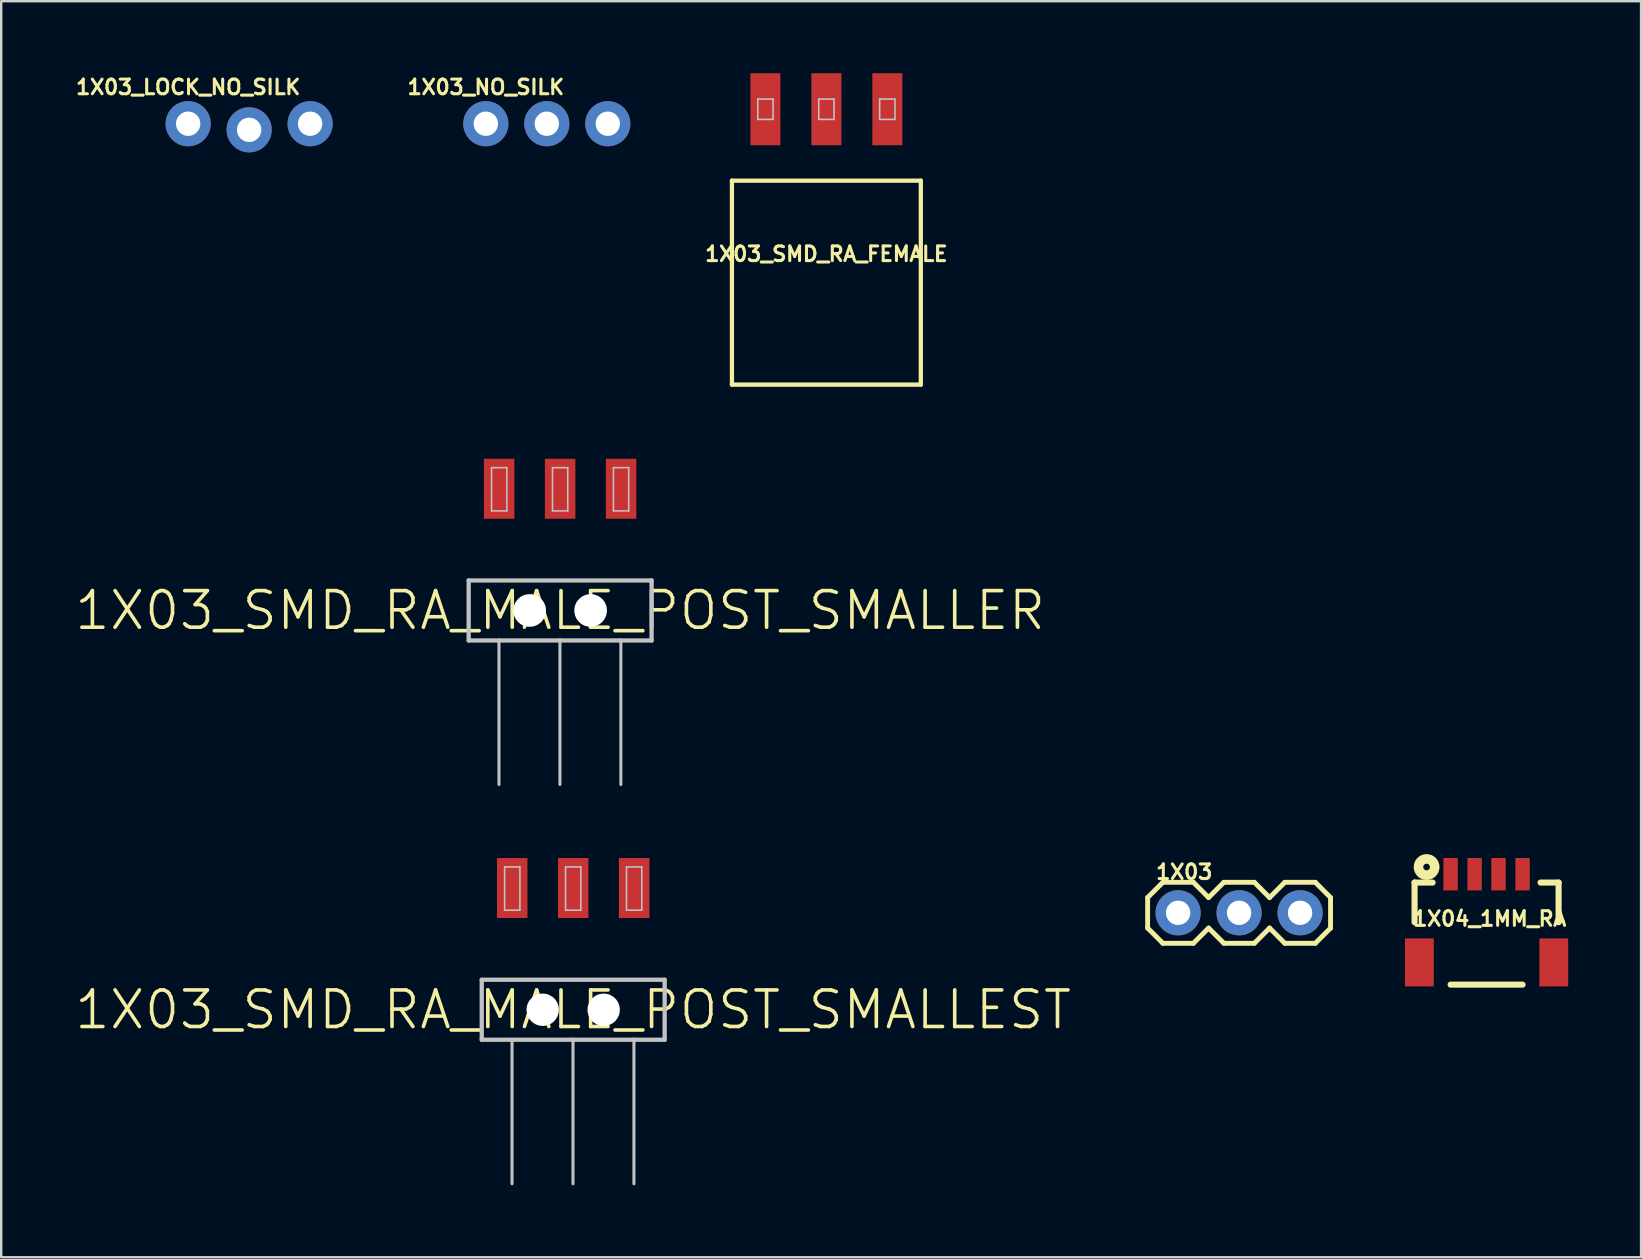
<source format=kicad_pcb>
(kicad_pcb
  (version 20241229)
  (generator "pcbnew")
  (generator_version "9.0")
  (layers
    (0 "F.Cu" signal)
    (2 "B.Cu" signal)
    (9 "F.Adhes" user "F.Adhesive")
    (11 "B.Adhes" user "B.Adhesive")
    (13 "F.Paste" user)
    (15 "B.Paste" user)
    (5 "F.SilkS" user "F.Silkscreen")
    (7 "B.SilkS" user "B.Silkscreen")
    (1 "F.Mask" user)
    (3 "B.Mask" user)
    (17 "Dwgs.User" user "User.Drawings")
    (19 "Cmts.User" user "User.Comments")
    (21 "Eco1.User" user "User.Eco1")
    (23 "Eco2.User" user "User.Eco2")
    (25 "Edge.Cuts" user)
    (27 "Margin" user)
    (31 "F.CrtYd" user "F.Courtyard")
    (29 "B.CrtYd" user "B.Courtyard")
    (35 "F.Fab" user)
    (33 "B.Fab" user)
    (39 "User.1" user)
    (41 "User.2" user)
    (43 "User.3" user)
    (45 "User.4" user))
  (footprint "1X03_NO_SILK"
    (layer "F.Cu")
    (at 17.189 2.104)
    (property "Reference" "1X03_NO_SILK" (at 0 -1.524 0) (layer "F.SilkS") (effects (font (size 0.61 0.61) (thickness 0.127))))
    (attr exclude_from_pos_files exclude_from_bom)
    (pad "1" thru_hole circle (at 0 0) (size 1.88 1.88) (drill 1.016) (layers "*.Cu" "*.Paste" "*.Mask"))
    (pad "2" thru_hole circle (at 2.54 0) (size 1.88 1.88) (drill 1.016) (layers "*.Cu" "*.Paste" "*.Mask"))
    (pad "3" thru_hole circle (at 5.08 0) (size 1.88 1.88) (drill 1.016) (layers "*.Cu" "*.Paste" "*.Mask")))
  (footprint "1X03_SMD_RA_MALE_POST_SMALLEST"
    (layer "F.Cu")
    (at 20.828 39.014)
    (property "Reference" "1X03_SMD_RA_MALE_POST_SMALLEST" (at 0 0 0) (layer "F.SilkS") (effects (font (size 1.524 1.524) (thickness 0.15))))
    (attr smd)
    (fp_line (start -3.81 -1.25) (end -3.81 1.25) (stroke (width 0.178) (type solid)) (layer "Dwgs.User"))
    (fp_line (start -2.857 -5.949) (end -2.22 -5.949) (stroke (width 0.066) (type solid)) (layer "Dwgs.User"))
    (fp_line (start -2.857 -4.148) (end -2.857 -5.949) (stroke (width 0.066) (type solid)) (layer "Dwgs.User"))
    (fp_line (start -2.857 -4.148) (end -2.22 -4.148) (stroke (width 0.066) (type solid)) (layer "Dwgs.User"))
    (fp_line (start -2.548 1.25) (end -3.81 1.25) (stroke (width 0.178) (type solid)) (layer "Dwgs.User"))
    (fp_line (start -2.548 1.25) (end -2.548 7.249) (stroke (width 0.127) (type solid)) (layer "Dwgs.User"))
    (fp_line (start -2.22 -4.148) (end -2.22 -5.949) (stroke (width 0.066) (type solid)) (layer "Dwgs.User"))
    (fp_line (start -0.318 -5.949) (end 0.318 -5.949) (stroke (width 0.066) (type solid)) (layer "Dwgs.User"))
    (fp_line (start -0.318 -4.148) (end -0.318 -5.949) (stroke (width 0.066) (type solid)) (layer "Dwgs.User"))
    (fp_line (start -0.318 -4.148) (end 0.318 -4.148) (stroke (width 0.066) (type solid)) (layer "Dwgs.User"))
    (fp_line (start -0.008 1.25) (end -2.548 1.25) (stroke (width 0.178) (type solid)) (layer "Dwgs.User"))
    (fp_line (start -0.008 1.25) (end -0.008 7.249) (stroke (width 0.127) (type solid)) (layer "Dwgs.User"))
    (fp_line (start 0.318 -4.148) (end 0.318 -5.949) (stroke (width 0.066) (type solid)) (layer "Dwgs.User"))
    (fp_line (start 2.22 -5.949) (end 2.857 -5.949) (stroke (width 0.066) (type solid)) (layer "Dwgs.User"))
    (fp_line (start 2.22 -4.148) (end 2.22 -5.949) (stroke (width 0.066) (type solid)) (layer "Dwgs.User"))
    (fp_line (start 2.22 -4.148) (end 2.857 -4.148) (stroke (width 0.066) (type solid)) (layer "Dwgs.User"))
    (fp_line (start 2.53 1.25) (end -0.008 1.25) (stroke (width 0.178) (type solid)) (layer "Dwgs.User"))
    (fp_line (start 2.53 1.25) (end 2.53 7.249) (stroke (width 0.127) (type solid)) (layer "Dwgs.User"))
    (fp_line (start 2.857 -4.148) (end 2.857 -5.949) (stroke (width 0.066) (type solid)) (layer "Dwgs.User"))
    (fp_line (start 3.81 -1.25) (end -3.81 -1.25) (stroke (width 0.178) (type solid)) (layer "Dwgs.User"))
    (fp_line (start 3.81 1.25) (end 2.53 1.25) (stroke (width 0.178) (type solid)) (layer "Dwgs.User"))
    (fp_line (start 3.81 1.25) (end 3.81 -1.25) (stroke (width 0.178) (type solid)) (layer "Dwgs.User"))
    (pad "" np_thru_hole circle (at -1.27 0) (size 1.346 1.346) (drill 1.346) (layers "*.Cu" "*.Mask"))
    (pad "" np_thru_hole circle (at 1.27 0) (size 1.346 1.346) (drill 1.346) (layers "*.Cu" "*.Mask"))
    (pad "1" smd rect (at -2.54 -5.07 90) (size 2.499 1.27) (layers "F.Cu" "F.Mask" "F.Paste"))
    (pad "2" smd rect (at 0 -5.07 90) (size 2.499 1.27) (layers "F.Cu" "F.Mask" "F.Paste"))
    (pad "3" smd rect (at 2.54 -5.07 90) (size 2.499 1.27) (layers "F.Cu" "F.Mask" "F.Paste")))
  (footprint "1X04_1MM_RA"
    (layer "F.Cu")
    (at 58.878 33.368)
    (property "Reference" "1X04_1MM_RA" (at 0.127 1.854 0) (layer "F.SilkS") (effects (font (size 0.61 0.61) (thickness 0.127))))
    (attr smd)
    (fp_line (start -3 0.348) (end -2.248 0.348) (stroke (width 0.254) (type solid)) (layer "F.SilkS"))
    (fp_line (start -3 1.999) (end -3 0.348) (stroke (width 0.254) (type solid)) (layer "F.SilkS"))
    (fp_line (start -1.499 4.6) (end 1.499 4.6) (stroke (width 0.254) (type solid)) (layer "F.SilkS"))
    (fp_line (start 2.248 0.348) (end 3 0.348) (stroke (width 0.254) (type solid)) (layer "F.SilkS"))
    (fp_line (start 3 0.348) (end 3 1.999) (stroke (width 0.254) (type solid)) (layer "F.SilkS"))
    (fp_circle (center -2.499 -0.3) (end -2.499 -0.439) (stroke (width 0.399) (type solid)) (fill no) (layer "F.SilkS"))
    (pad "1" smd rect (at -1.499 0) (size 0.599 1.349) (layers "F.Cu" "F.Mask" "F.Paste"))
    (pad "2" smd rect (at -0.498 0) (size 0.599 1.349) (layers "F.Cu" "F.Mask" "F.Paste"))
    (pad "3" smd rect (at 0.498 0) (size 0.599 1.349) (layers "F.Cu" "F.Mask" "F.Paste"))
    (pad "4" smd rect (at 1.499 0) (size 0.599 1.349) (layers "F.Cu" "F.Mask" "F.Paste"))
    (pad "NC1" smd rect (at 2.799 3.673) (size 1.199 1.999) (layers "F.Cu" "F.Mask" "F.Paste"))
    (pad "NC2" smd rect (at -2.799 3.673) (size 1.199 1.999) (layers "F.Cu" "F.Mask" "F.Paste")))
  (footprint "1X03_SMD_RA_MALE_POST_SMALLER"
    (layer "F.Cu")
    (at 20.284 22.381)
    (property "Reference" "1X03_SMD_RA_MALE_POST_SMALLER" (at 0 0 0) (layer "F.SilkS") (effects (font (size 1.524 1.524) (thickness 0.15))))
    (attr smd)
    (fp_line (start -3.81 -1.25) (end -3.81 1.25) (stroke (width 0.178) (type solid)) (layer "Dwgs.User"))
    (fp_line (start -2.857 -5.949) (end -2.22 -5.949) (stroke (width 0.066) (type solid)) (layer "Dwgs.User"))
    (fp_line (start -2.857 -4.148) (end -2.857 -5.949) (stroke (width 0.066) (type solid)) (layer "Dwgs.User"))
    (fp_line (start -2.857 -4.148) (end -2.22 -4.148) (stroke (width 0.066) (type solid)) (layer "Dwgs.User"))
    (fp_line (start -2.548 1.25) (end -3.81 1.25) (stroke (width 0.178) (type solid)) (layer "Dwgs.User"))
    (fp_line (start -2.548 1.25) (end -2.548 7.249) (stroke (width 0.127) (type solid)) (layer "Dwgs.User"))
    (fp_line (start -2.22 -4.148) (end -2.22 -5.949) (stroke (width 0.066) (type solid)) (layer "Dwgs.User"))
    (fp_line (start -0.318 -5.949) (end 0.318 -5.949) (stroke (width 0.066) (type solid)) (layer "Dwgs.User"))
    (fp_line (start -0.318 -4.148) (end -0.318 -5.949) (stroke (width 0.066) (type solid)) (layer "Dwgs.User"))
    (fp_line (start -0.318 -4.148) (end 0.318 -4.148) (stroke (width 0.066) (type solid)) (layer "Dwgs.User"))
    (fp_line (start -0.008 1.25) (end -2.548 1.25) (stroke (width 0.178) (type solid)) (layer "Dwgs.User"))
    (fp_line (start -0.008 1.25) (end -0.008 7.249) (stroke (width 0.127) (type solid)) (layer "Dwgs.User"))
    (fp_line (start 0.318 -4.148) (end 0.318 -5.949) (stroke (width 0.066) (type solid)) (layer "Dwgs.User"))
    (fp_line (start 2.22 -5.949) (end 2.857 -5.949) (stroke (width 0.066) (type solid)) (layer "Dwgs.User"))
    (fp_line (start 2.22 -4.148) (end 2.22 -5.949) (stroke (width 0.066) (type solid)) (layer "Dwgs.User"))
    (fp_line (start 2.22 -4.148) (end 2.857 -4.148) (stroke (width 0.066) (type solid)) (layer "Dwgs.User"))
    (fp_line (start 2.53 1.25) (end -0.008 1.25) (stroke (width 0.178) (type solid)) (layer "Dwgs.User"))
    (fp_line (start 2.53 1.25) (end 2.53 7.249) (stroke (width 0.127) (type solid)) (layer "Dwgs.User"))
    (fp_line (start 2.857 -4.148) (end 2.857 -5.949) (stroke (width 0.066) (type solid)) (layer "Dwgs.User"))
    (fp_line (start 3.81 -1.25) (end -3.81 -1.25) (stroke (width 0.178) (type solid)) (layer "Dwgs.User"))
    (fp_line (start 3.81 1.25) (end 2.53 1.25) (stroke (width 0.178) (type solid)) (layer "Dwgs.User"))
    (fp_line (start 3.81 1.25) (end 3.81 -1.25) (stroke (width 0.178) (type solid)) (layer "Dwgs.User"))
    (pad "" np_thru_hole circle (at -1.27 0) (size 1.359 1.359) (drill 1.359) (layers "*.Cu" "*.Mask"))
    (pad "" np_thru_hole circle (at 1.27 0) (size 1.359 1.359) (drill 1.359) (layers "*.Cu" "*.Mask"))
    (pad "1" smd rect (at -2.54 -5.07 90) (size 2.499 1.27) (layers "F.Cu" "F.Mask" "F.Paste"))
    (pad "2" smd rect (at 0 -5.07 90) (size 2.499 1.27) (layers "F.Cu" "F.Mask" "F.Paste"))
    (pad "3" smd rect (at 2.54 -5.07 90) (size 2.499 1.27) (layers "F.Cu" "F.Mask" "F.Paste")))
  (footprint "1X03"
    (layer "F.Cu")
    (at 46.028 34.975)
    (property "Reference" "1X03" (at 0.254 -1.702 0) (layer "F.SilkS") (effects (font (size 0.61 0.61) (thickness 0.127))))
    (attr exclude_from_pos_files exclude_from_bom)
    (fp_line (start -1.27 -0.635) (end -1.27 0.635) (stroke (width 0.203) (type solid)) (layer "F.SilkS"))
    (fp_line (start -1.27 0.635) (end -0.635 1.27) (stroke (width 0.203) (type solid)) (layer "F.SilkS"))
    (fp_line (start -0.635 -1.27) (end -1.27 -0.635) (stroke (width 0.203) (type solid)) (layer "F.SilkS"))
    (fp_line (start -0.635 -1.27) (end 0.635 -1.27) (stroke (width 0.203) (type solid)) (layer "F.SilkS"))
    (fp_line (start 0.635 -1.27) (end 1.27 -0.635) (stroke (width 0.203) (type solid)) (layer "F.SilkS"))
    (fp_line (start 0.635 1.27) (end -0.635 1.27) (stroke (width 0.203) (type solid)) (layer "F.SilkS"))
    (fp_line (start 1.27 -0.635) (end 1.905 -1.27) (stroke (width 0.203) (type solid)) (layer "F.SilkS"))
    (fp_line (start 1.27 0.635) (end 0.635 1.27) (stroke (width 0.203) (type solid)) (layer "F.SilkS"))
    (fp_line (start 1.905 -1.27) (end 3.175 -1.27) (stroke (width 0.203) (type solid)) (layer "F.SilkS"))
    (fp_line (start 1.905 1.27) (end 1.27 0.635) (stroke (width 0.203) (type solid)) (layer "F.SilkS"))
    (fp_line (start 3.175 -1.27) (end 3.81 -0.635) (stroke (width 0.203) (type solid)) (layer "F.SilkS"))
    (fp_line (start 3.175 1.27) (end 1.905 1.27) (stroke (width 0.203) (type solid)) (layer "F.SilkS"))
    (fp_line (start 3.81 -0.635) (end 4.445 -1.27) (stroke (width 0.203) (type solid)) (layer "F.SilkS"))
    (fp_line (start 3.81 0.635) (end 3.175 1.27) (stroke (width 0.203) (type solid)) (layer "F.SilkS"))
    (fp_line (start 4.445 -1.27) (end 5.715 -1.27) (stroke (width 0.203) (type solid)) (layer "F.SilkS"))
    (fp_line (start 4.445 1.27) (end 3.81 0.635) (stroke (width 0.203) (type solid)) (layer "F.SilkS"))
    (fp_line (start 5.715 -1.27) (end 6.35 -0.635) (stroke (width 0.203) (type solid)) (layer "F.SilkS"))
    (fp_line (start 5.715 1.27) (end 4.445 1.27) (stroke (width 0.203) (type solid)) (layer "F.SilkS"))
    (fp_line (start 6.35 -0.635) (end 6.35 0.635) (stroke (width 0.203) (type solid)) (layer "F.SilkS"))
    (fp_line (start 6.35 0.635) (end 5.715 1.27) (stroke (width 0.203) (type solid)) (layer "F.SilkS"))
    (fp_line (start -0.254 -0.254) (end 0.254 -0.254) (stroke (width 0.066) (type solid)) (layer "Dwgs.User"))
    (fp_line (start -0.254 0.254) (end -0.254 -0.254) (stroke (width 0.066) (type solid)) (layer "Dwgs.User"))
    (fp_line (start -0.254 0.254) (end 0.254 0.254) (stroke (width 0.066) (type solid)) (layer "Dwgs.User"))
    (fp_line (start 0.254 0.254) (end 0.254 -0.254) (stroke (width 0.066) (type solid)) (layer "Dwgs.User"))
    (fp_line (start 2.286 -0.254) (end 2.794 -0.254) (stroke (width 0.066) (type solid)) (layer "Dwgs.User"))
    (fp_line (start 2.286 0.254) (end 2.286 -0.254) (stroke (width 0.066) (type solid)) (layer "Dwgs.User"))
    (fp_line (start 2.286 0.254) (end 2.794 0.254) (stroke (width 0.066) (type solid)) (layer "Dwgs.User"))
    (fp_line (start 2.794 0.254) (end 2.794 -0.254) (stroke (width 0.066) (type solid)) (layer "Dwgs.User"))
    (fp_line (start 4.826 -0.254) (end 5.334 -0.254) (stroke (width 0.066) (type solid)) (layer "Dwgs.User"))
    (fp_line (start 4.826 0.254) (end 4.826 -0.254) (stroke (width 0.066) (type solid)) (layer "Dwgs.User"))
    (fp_line (start 4.826 0.254) (end 5.334 0.254) (stroke (width 0.066) (type solid)) (layer "Dwgs.User"))
    (fp_line (start 5.334 0.254) (end 5.334 -0.254) (stroke (width 0.066) (type solid)) (layer "Dwgs.User"))
    (pad "1" thru_hole circle (at 0 0) (size 1.88 1.88) (drill 1.016) (layers "*.Cu" "*.Paste" "*.Mask"))
    (pad "2" thru_hole circle (at 2.54 0) (size 1.88 1.88) (drill 1.016) (layers "*.Cu" "*.Paste" "*.Mask"))
    (pad "3" thru_hole circle (at 5.08 0) (size 1.88 1.88) (drill 1.016) (layers "*.Cu" "*.Paste" "*.Mask")))
  (footprint "1X03_LOCK_NO_SILK"
    (layer "F.Cu")
    (at 4.789 2.231)
    (property "Reference" "1X03_LOCK_NO_SILK" (at 0 -1.651 0) (layer "F.SilkS") (effects (font (size 0.61 0.61) (thickness 0.127))))
    (attr exclude_from_pos_files exclude_from_bom)
    (pad "1" thru_hole circle (at 0 -0.127) (size 1.88 1.88) (drill 1.016) (layers "*.Cu" "*.Paste" "*.Mask"))
    (pad "2" thru_hole circle (at 2.54 0.127) (size 1.88 1.88) (drill 1.016) (layers "*.Cu" "*.Paste" "*.Mask"))
    (pad "3" thru_hole circle (at 5.08 -0.127) (size 1.88 1.88) (drill 1.016) (layers "*.Cu" "*.Paste" "*.Mask")))
  (footprint "1X03_SMD_RA_FEMALE"
    (layer "F.Cu")
    (at 31.375 8.724)
    (property "Reference" "1X03_SMD_RA_FEMALE" (at 0 -1.194 0) (layer "F.SilkS") (effects (font (size 0.61 0.61) (thickness 0.127))))
    (attr smd)
    (fp_line (start -3.934 -4.249) (end -3.934 4.249) (stroke (width 0.178) (type solid)) (layer "F.SilkS"))
    (fp_line (start -3.934 4.249) (end 3.934 4.249) (stroke (width 0.178) (type solid)) (layer "F.SilkS"))
    (fp_line (start 3.934 -4.249) (end -3.934 -4.249) (stroke (width 0.178) (type solid)) (layer "F.SilkS"))
    (fp_line (start 3.934 4.249) (end 3.934 -4.249) (stroke (width 0.178) (type solid)) (layer "F.SilkS"))
    (fp_line (start -2.857 -7.648) (end -2.22 -7.648) (stroke (width 0.066) (type solid)) (layer "Dwgs.User"))
    (fp_line (start -2.857 -6.8) (end -2.857 -7.648) (stroke (width 0.066) (type solid)) (layer "Dwgs.User"))
    (fp_line (start -2.857 -6.8) (end -2.22 -6.8) (stroke (width 0.066) (type solid)) (layer "Dwgs.User"))
    (fp_line (start -2.22 -6.8) (end -2.22 -7.648) (stroke (width 0.066) (type solid)) (layer "Dwgs.User"))
    (fp_line (start -0.318 -7.648) (end 0.318 -7.648) (stroke (width 0.066) (type solid)) (layer "Dwgs.User"))
    (fp_line (start -0.318 -6.8) (end -0.318 -7.648) (stroke (width 0.066) (type solid)) (layer "Dwgs.User"))
    (fp_line (start -0.318 -6.8) (end 0.318 -6.8) (stroke (width 0.066) (type solid)) (layer "Dwgs.User"))
    (fp_line (start 0.318 -6.8) (end 0.318 -7.648) (stroke (width 0.066) (type solid)) (layer "Dwgs.User"))
    (fp_line (start 2.22 -7.648) (end 2.857 -7.648) (stroke (width 0.066) (type solid)) (layer "Dwgs.User"))
    (fp_line (start 2.22 -6.8) (end 2.22 -7.648) (stroke (width 0.066) (type solid)) (layer "Dwgs.User"))
    (fp_line (start 2.22 -6.8) (end 2.857 -6.8) (stroke (width 0.066) (type solid)) (layer "Dwgs.User"))
    (fp_line (start 2.857 -6.8) (end 2.857 -7.648) (stroke (width 0.066) (type solid)) (layer "Dwgs.User"))
    (pad "1" smd rect (at -2.54 -7.224 180) (size 1.25 3) (layers "F.Cu" "F.Mask" "F.Paste"))
    (pad "2" smd rect (at 0 -7.224 180) (size 1.25 3) (layers "F.Cu" "F.Mask" "F.Paste"))
    (pad "3" smd rect (at 2.54 -7.224 180) (size 1.25 3) (layers "F.Cu" "F.Mask" "F.Paste")))
  (gr_rect
    (start -3 -3)
    (end 65.313 49.326)
    (stroke (width 0.1) (type default))
    (fill no)
    (layer "Edge.Cuts")))
</source>
